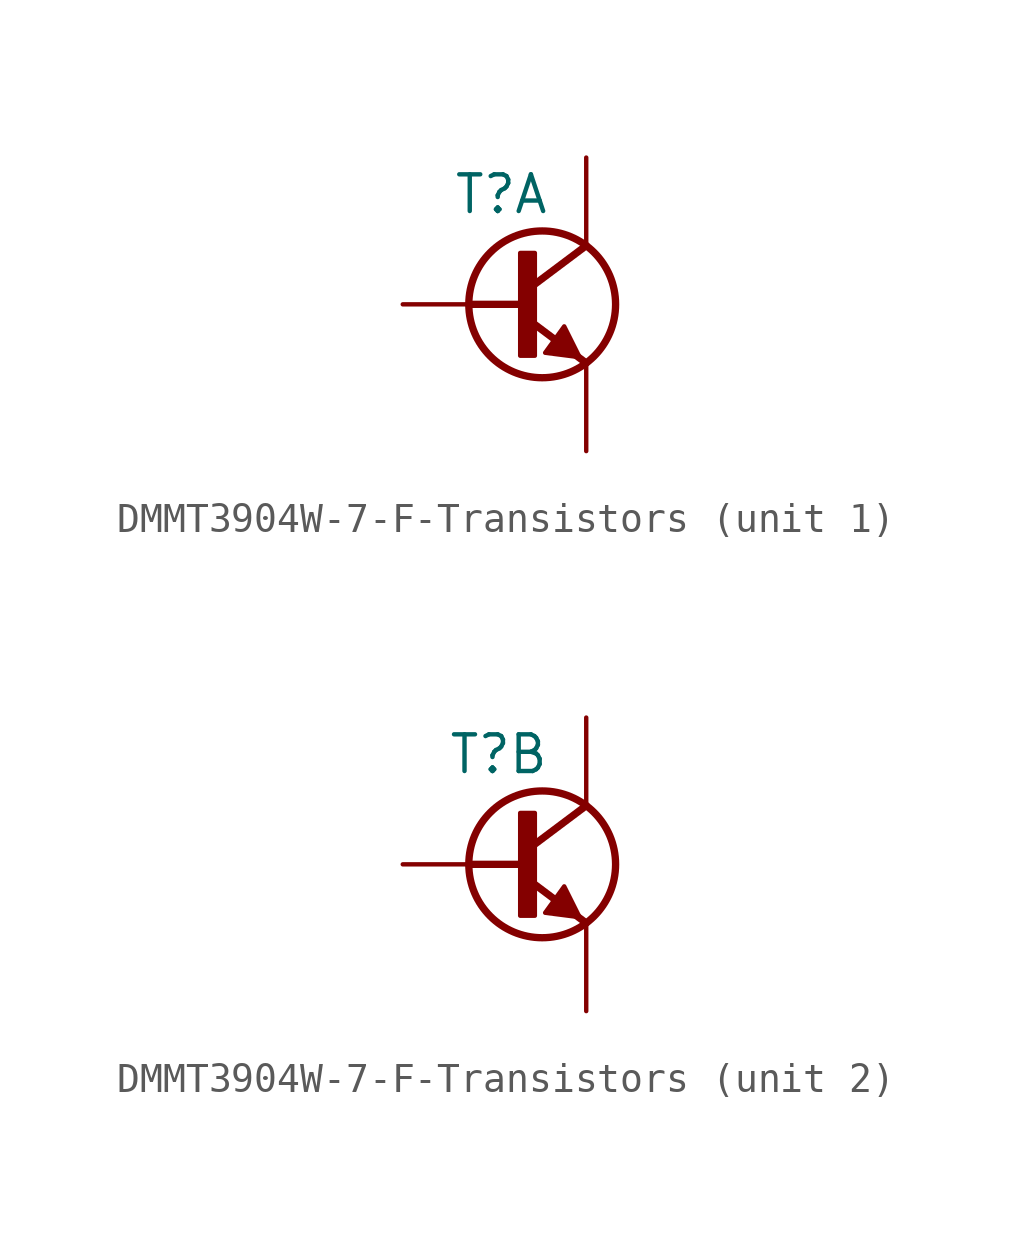
<source format=kicad_sym>
(kicad_symbol_lib
  (version 20200126)
  (host kicad_symbol_editor "(5.99.0-2809-gaceed2b0a4)")
  (symbol "LCD_Board-rescue:DMMT3904W-7-F-Transistors"
    (pin_names
      (offset 1.27))
    (property "Reference" "T"
      (at 5.08 3.81 0)
      (effects (font (size 1.27 1.27)) (justify right)))
    (property "ki_locked" ""
      (at 0 0 0)
      (effects (font (size 1.27 1.27))))
    (symbol "DMMT3904W-7-F-Transistors_1_1"
      (circle (center 4.826 0) (radius 2.54) (stroke (width 0.254)) (fill (type none)))
      (text "2" (at 0.762 2.032 0) (effects (font (size 1.016 1.016)) (justify left top) hide))
      (text "3" (at 6.858 3.81 0) (effects (font (size 1.016 1.016)) (justify left top) hide))
      (text "4" (at 6.858 -1.778 0) (effects (font (size 1.016 1.016)) (justify left top) hide))
      (polyline (pts (xy 2.286 0) (xy 4.318 0)) (stroke (width 0.254)) (fill (type none)))
      (polyline (pts (xy 4.318 -0.508) (xy 6.35 -2.032)) (stroke (width 0.254)) (fill (type none)))
      (polyline (pts (xy 4.318 0.508) (xy 6.35 2.032)) (stroke (width 0.254)) (fill (type none)))
      (polyline (pts (xy 5.588 -0.762) (xy 4.928 -1.676) (xy 6.121 -1.829) (xy 5.588 -0.762)) (stroke (width 0)) (fill (type outline)))
      (polyline (pts (xy 4.064 -1.778) (xy 4.572 -1.778) (xy 4.572 1.778) (xy 4.064 1.778) (xy 4.064 -1.778)) (stroke (width 0)) (fill (type outline)))
      (pin passive line (at 0 0 0) (length 2.286) (name "B" (effects (font (size 0 0)))) (number "2" (effects (font (size 0 0)))))
      (pin passive line (at 6.35 5.08 270) (length 3.048) (name "C" (effects (font (size 0 0)))) (number "3" (effects (font (size 0 0)))))
      (pin passive line (at 6.35 -5.08 90) (length 3.048) (name "E" (effects (font (size 0 0)))) (number "4" (effects (font (size 0 0))))))
    (symbol "DMMT3904W-7-F-Transistors_2_1"
      (circle (center 4.826 0) (radius 2.54) (stroke (width 0.254)) (fill (type none)))
      (text "1" (at 0.762 2.032 0) (effects (font (size 1.016 1.016)) (justify left top) hide))
      (text "5" (at 6.858 -1.778 0) (effects (font (size 1.016 1.016)) (justify left top) hide))
      (text "6" (at 6.858 3.81 0) (effects (font (size 1.016 1.016)) (justify left top) hide))
      (polyline (pts (xy 2.286 0) (xy 4.318 0)) (stroke (width 0.254)) (fill (type none)))
      (polyline (pts (xy 4.318 -0.508) (xy 6.35 -2.032)) (stroke (width 0.254)) (fill (type none)))
      (polyline (pts (xy 4.318 0.508) (xy 6.35 2.032)) (stroke (width 0.254)) (fill (type none)))
      (polyline (pts (xy 5.588 -0.762) (xy 4.928 -1.676) (xy 6.121 -1.829) (xy 5.588 -0.762)) (stroke (width 0)) (fill (type outline)))
      (polyline (pts (xy 4.064 -1.778) (xy 4.572 -1.778) (xy 4.572 1.778) (xy 4.064 1.778) (xy 4.064 -1.778)) (stroke (width 0)) (fill (type outline)))
      (pin passive line (at 0 0 0) (length 2.286) (name "B" (effects (font (size 0 0)))) (number "1" (effects (font (size 0 0)))))
      (pin passive line (at 6.35 -5.08 90) (length 3.048) (name "E" (effects (font (size 0 0)))) (number "5" (effects (font (size 0 0)))))
      (pin passive line (at 6.35 5.08 270) (length 3.048) (name "C" (effects (font (size 0 0)))) (number "6" (effects (font (size 0 0))))))))
</source>
